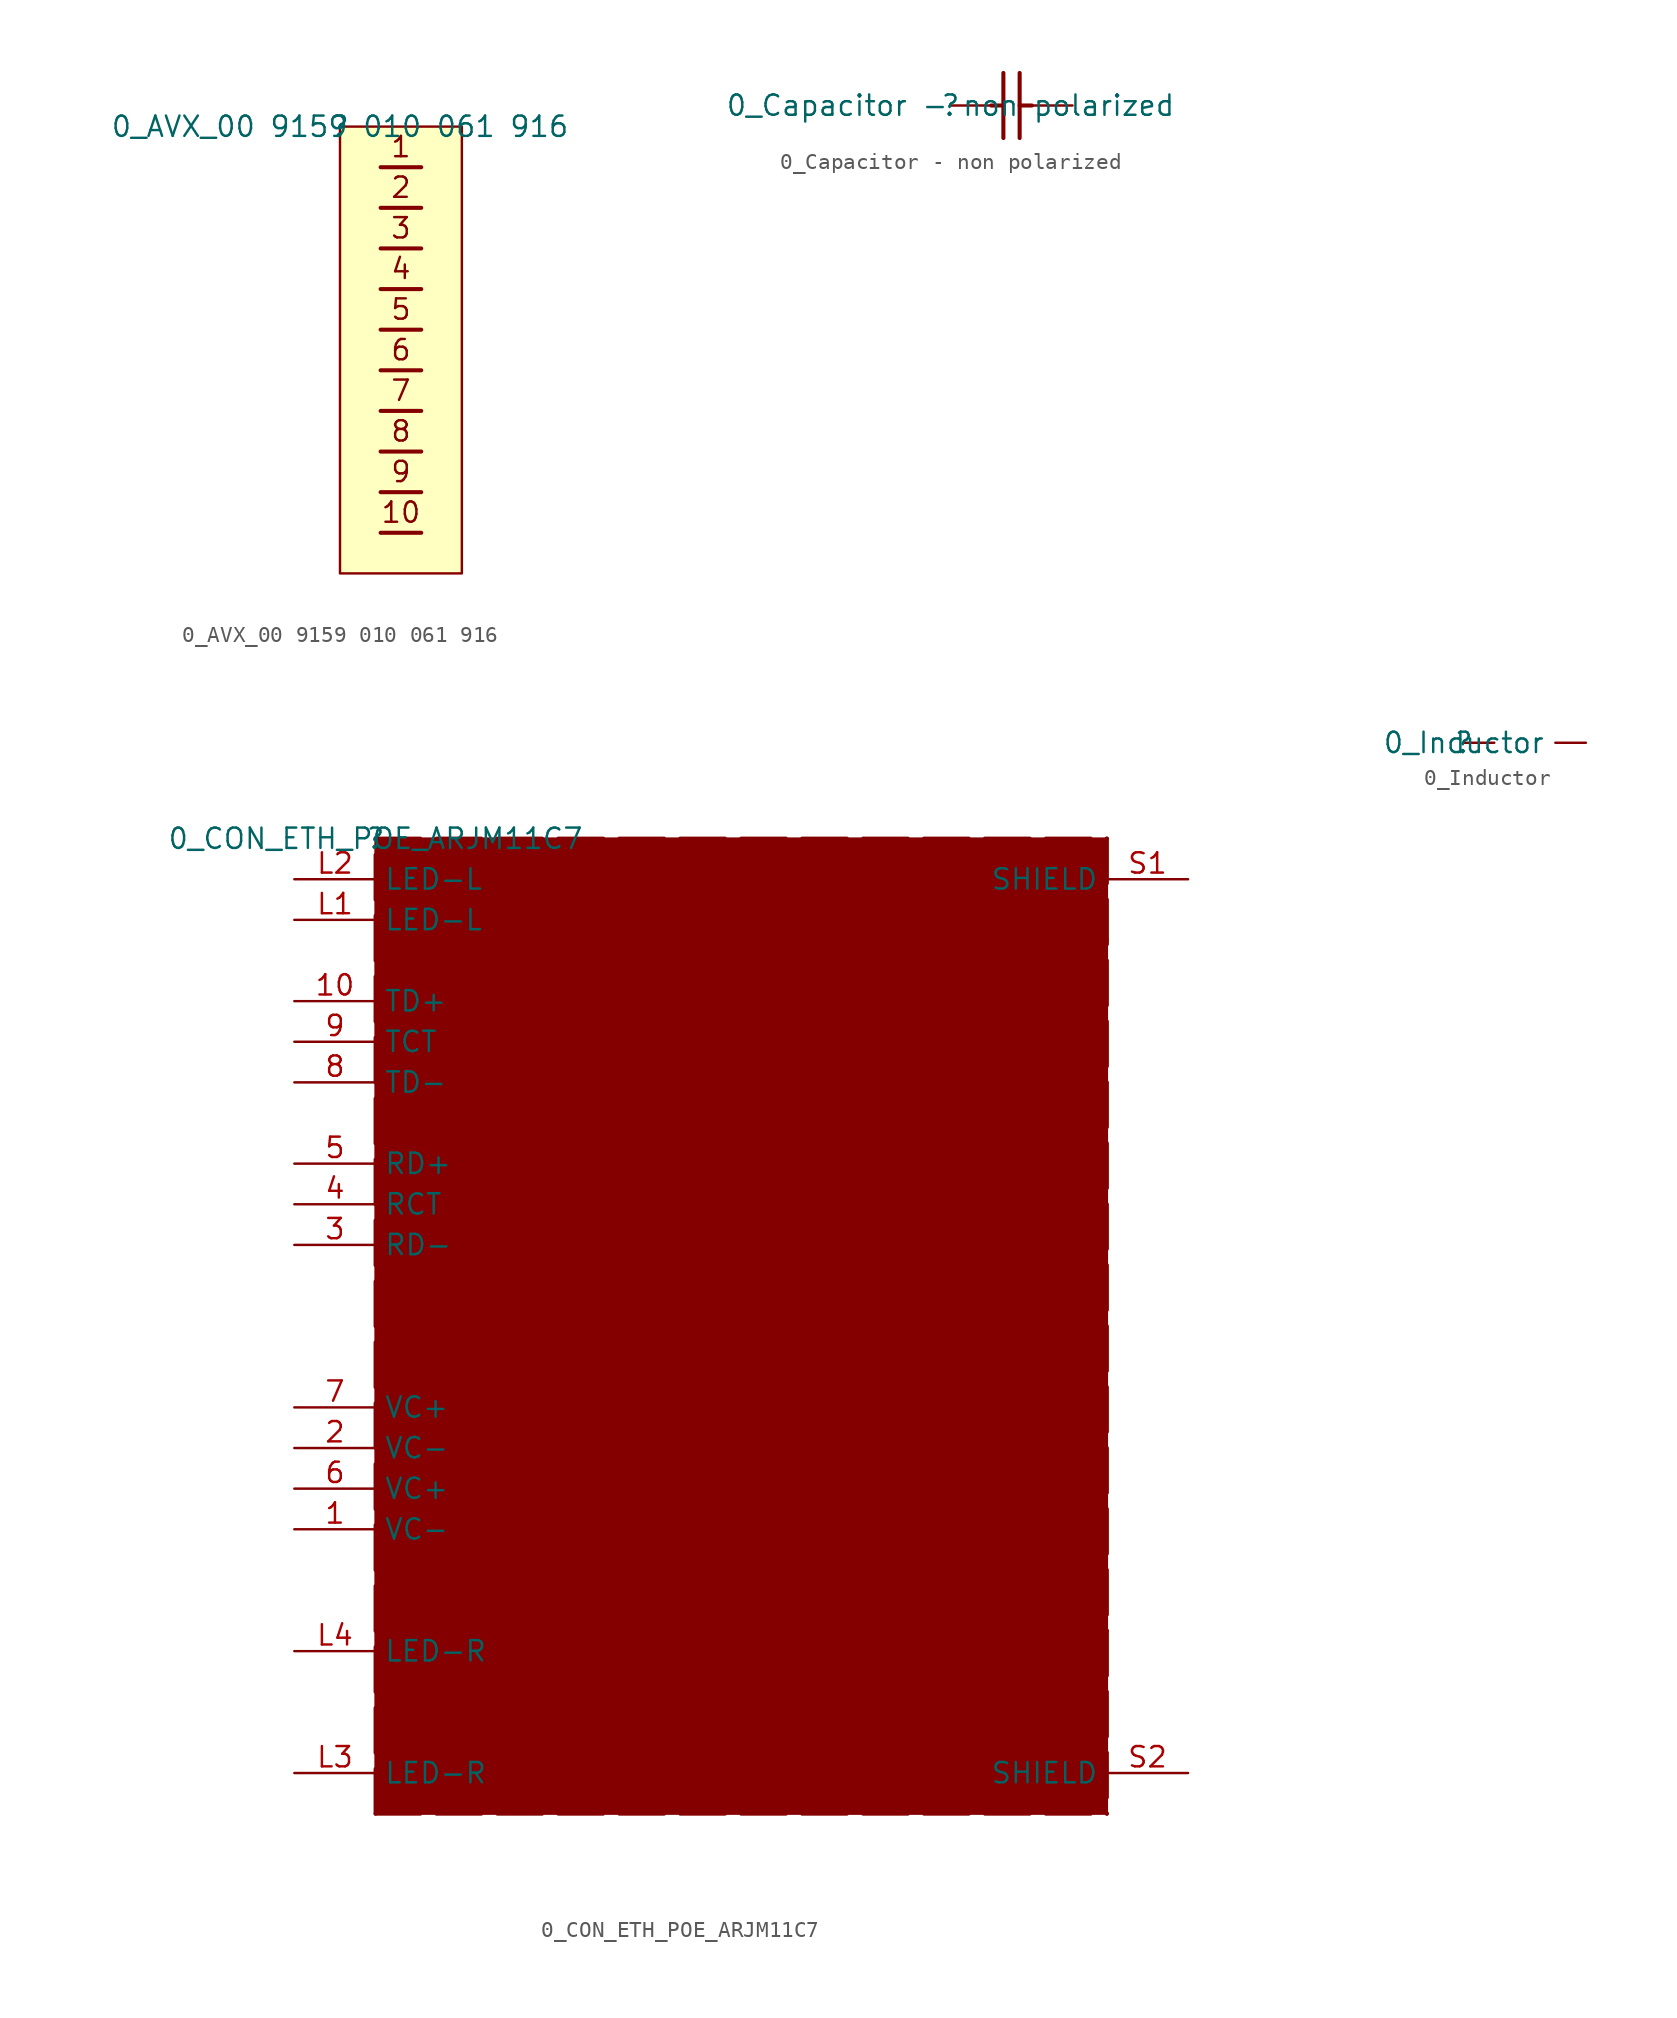
<source format=kicad_sym>
(kicad_symbol_lib
  (version 20220331)
  (generator kicad_symbol_editor)
  (symbol "0_AVX_00 9159 010 061 916"
    (property "Reference" ""
      (at 0 0 0)
      (effects (font (size 1.27 1.27))))
    (property "Value" "0_AVX_00 9159 010 061 916"
      (at 0 0 0)
      (effects (font (size 1.27 1.27))))
    (symbol "0_AVX_00 9159 010 061 916_1_0"
      (polyline (pts (xy 5.08 -25.4) (xy 2.54 -25.4)) (stroke (width 0.254) (type solid)) (fill (type none)))
      (polyline (pts (xy 5.08 -22.86) (xy 2.54 -22.86)) (stroke (width 0.254) (type solid)) (fill (type none)))
      (polyline (pts (xy 5.08 -20.32) (xy 2.54 -20.32)) (stroke (width 0.254) (type solid)) (fill (type none)))
      (polyline (pts (xy 5.08 -17.78) (xy 2.54 -17.78)) (stroke (width 0.254) (type solid)) (fill (type none)))
      (polyline (pts (xy 5.08 -15.24) (xy 2.54 -15.24)) (stroke (width 0.254) (type solid)) (fill (type none)))
      (polyline (pts (xy 5.08 -12.7) (xy 2.54 -12.7)) (stroke (width 0.254) (type solid)) (fill (type none)))
      (polyline (pts (xy 5.08 -10.16) (xy 2.54 -10.16)) (stroke (width 0.254) (type solid)) (fill (type none)))
      (polyline (pts (xy 5.08 -7.62) (xy 2.54 -7.62)) (stroke (width 0.254) (type solid)) (fill (type none)))
      (polyline (pts (xy 5.08 -5.08) (xy 2.54 -5.08)) (stroke (width 0.254) (type solid)) (fill (type none)))
      (polyline (pts (xy 5.08 -2.54) (xy 2.54 -2.54)) (stroke (width 0.254) (type solid)) (fill (type none)))
      (rectangle (start 7.62 0) (end 0 -27.94) (stroke (width 0) (type solid)) (fill (type background)))
      (text "1" (at 3.81 -1.27 0) (effects (font (size 1.27 1.27))))
      (text "10" (at 3.81 -24.13 0) (effects (font (size 1.27 1.27))))
      (text "2" (at 3.81 -3.81 0) (effects (font (size 1.27 1.27))))
      (text "3" (at 3.81 -6.35 0) (effects (font (size 1.27 1.27))))
      (text "4" (at 3.81 -8.89 0) (effects (font (size 1.27 1.27))))
      (text "5" (at 3.81 -11.43 0) (effects (font (size 1.27 1.27))))
      (text "6" (at 3.81 -13.97 0) (effects (font (size 1.27 1.27))))
      (text "7" (at 3.81 -16.51 0) (effects (font (size 1.27 1.27))))
      (text "8" (at 3.81 -19.05 0) (effects (font (size 1.27 1.27))))
      (text "9" (at 3.81 -21.59 0) (effects (font (size 1.27 1.27))))))
  (symbol "0_Capacitor - non polarized"
    (property "Reference" ""
      (at 0 0 0)
      (effects (font (size 1.27 1.27))))
    (property "Value" "0_Capacitor - non polarized"
      (at 0 0 0)
      (effects (font (size 1.27 1.27))))
    (symbol "0_Capacitor - non polarized_1_0"
      (polyline (pts (xy 2.54 0) (xy 3.302 0)) (stroke (width 0.254) (type solid)) (fill (type none)))
      (polyline (pts (xy 3.302 -2.032) (xy 3.302 2.032)) (stroke (width 0.254) (type solid)) (fill (type none)))
      (polyline (pts (xy 4.318 2.032) (xy 4.318 -2.032)) (stroke (width 0.254) (type solid)) (fill (type none)))
      (polyline (pts (xy 5.08 0) (xy 4.318 0)) (stroke (width 0.254) (type solid)) (fill (type none)))
      (pin passive line (at 0 0 0) (length 2.54) (name "1" (effects (font (size 0 0)))) (number "1" (effects (font (size 0 0)))))
      (pin passive line (at 7.62 0 180) (length 2.54) (name "2" (effects (font (size 0 0)))) (number "2" (effects (font (size 0 0)))))))
  (symbol "0_CON_ETH_POE_ARJM11C7"
    (property "Reference" ""
      (at 0 0 0)
      (effects (font (size 1.27 1.27))))
    (property "Value" "0_CON_ETH_POE_ARJM11C7"
      (at 0 0 0)
      (effects (font (size 1.27 1.27))))
    (symbol "0_CON_ETH_POE_ARJM11C7_1_0"
      (polyline (pts (xy 0 -60.96) (xy 0 0)) (stroke (width 0.254) (type dash)) (fill (type none)))
      (polyline (pts (xy 0 -60.96) (xy 45.72 -60.96)) (stroke (width 0.254) (type dash)) (fill (type none)))
      (polyline (pts (xy 0 0) (xy 45.72 0)) (stroke (width 0.254) (type dash)) (fill (type none)))
      (polyline (pts (xy 8.382 -55.372) (xy 7.112 -54.102)) (stroke (width 0.254) (type solid)) (fill (type none)))
      (polyline (pts (xy 8.382 -53.848) (xy 7.112 -52.578)) (stroke (width 0.254) (type solid)) (fill (type none)))
      (polyline (pts (xy 8.636 -58.42) (xy 10.668 -58.42)) (stroke (width 0.254) (type solid)) (fill (type none)))
      (polyline (pts (xy 8.636 -50.8) (xy 10.668 -50.8)) (stroke (width 0.254) (type solid)) (fill (type none)))
      (polyline (pts (xy 9.144 -53.848) (xy 12.192 -53.848)) (stroke (width 0.254) (type solid)) (fill (type none)))
      (polyline (pts (xy 9.906 -5.334) (xy 8.636 -4.064)) (stroke (width 0.254) (type solid)) (fill (type none)))
      (polyline (pts (xy 10.16 -25.4) (xy 11.43 -25.4)) (stroke (width 0.254) (type solid)) (fill (type none)))
      (polyline (pts (xy 10.16 -22.86) (xy 20.32 -22.86)) (stroke (width 0.254) (type solid)) (fill (type none)))
      (polyline (pts (xy 10.16 -20.32) (xy 11.43 -20.32)) (stroke (width 0.254) (type solid)) (fill (type none)))
      (polyline (pts (xy 10.16 -15.24) (xy 11.43 -15.24)) (stroke (width 0.254) (type solid)) (fill (type none)))
      (polyline (pts (xy 10.16 -12.7) (xy 20.32 -12.7)) (stroke (width 0.254) (type solid)) (fill (type none)))
      (polyline (pts (xy 10.16 -10.16) (xy 11.43 -10.16)) (stroke (width 0.254) (type solid)) (fill (type none)))
      (polyline (pts (xy 10.16 -4.064) (xy 8.89 -2.794)) (stroke (width 0.254) (type solid)) (fill (type none)))
      (polyline (pts (xy 10.668 -56.896) (xy 10.668 -58.42)) (stroke (width 0.254) (type solid)) (fill (type none)))
      (polyline (pts (xy 10.668 -56.896) (xy 10.668 -52.324)) (stroke (width 0.254) (type solid)) (fill (type none)))
      (polyline (pts (xy 10.668 -50.8) (xy 10.668 -52.324)) (stroke (width 0.254) (type solid)) (fill (type none)))
      (polyline (pts (xy 11.176 -3.302) (xy 14.224 -3.302)) (stroke (width 0.254) (type solid)) (fill (type none)))
      (polyline (pts (xy 11.303 -24.257) (xy 16.637 -24.257)) (stroke (width 0) (type solid)) (fill (type none)))
      (polyline (pts (xy 11.303 -24.003) (xy 16.637 -24.003)) (stroke (width 0) (type solid)) (fill (type none)))
      (polyline (pts (xy 11.303 -21.717) (xy 16.637 -21.717)) (stroke (width 0) (type solid)) (fill (type none)))
      (polyline (pts (xy 11.303 -21.463) (xy 16.637 -21.463)) (stroke (width 0) (type solid)) (fill (type none)))
      (polyline (pts (xy 11.303 -14.097) (xy 16.637 -14.097)) (stroke (width 0) (type solid)) (fill (type none)))
      (polyline (pts (xy 11.303 -13.843) (xy 16.637 -13.843)) (stroke (width 0) (type solid)) (fill (type none)))
      (polyline (pts (xy 11.303 -11.557) (xy 16.637 -11.557)) (stroke (width 0) (type solid)) (fill (type none)))
      (polyline (pts (xy 11.303 -11.303) (xy 16.637 -11.303)) (stroke (width 0) (type solid)) (fill (type none)))
      (polyline (pts (xy 12.7 -5.842) (xy 8.89 -5.842)) (stroke (width 0.254) (type solid)) (fill (type none)))
      (polyline (pts (xy 12.7 -5.842) (xy 12.7 -2.032)) (stroke (width 0.254) (type solid)) (fill (type none)))
      (polyline (pts (xy 12.7 -2.032) (xy 8.89 -2.032)) (stroke (width 0.254) (type solid)) (fill (type none)))
      (polyline (pts (xy 16.256 -43.18) (xy 22.86 -43.18)) (stroke (width 0.254) (type solid)) (fill (type none)))
      (polyline (pts (xy 16.51 -43.18) (xy 10.16 -43.18)) (stroke (width 0.254) (type solid)) (fill (type none)))
      (polyline (pts (xy 16.51 -25.4) (xy 20.32 -25.4)) (stroke (width 0.254) (type solid)) (fill (type none)))
      (polyline (pts (xy 16.51 -20.32) (xy 20.32 -20.32)) (stroke (width 0.254) (type solid)) (fill (type none)))
      (polyline (pts (xy 16.51 -15.24) (xy 20.32 -15.24)) (stroke (width 0.254) (type solid)) (fill (type none)))
      (polyline (pts (xy 16.51 -10.16) (xy 20.32 -10.16)) (stroke (width 0.254) (type solid)) (fill (type none)))
      (polyline (pts (xy 17.526 -40.64) (xy 10.16 -40.64)) (stroke (width 0.254) (type solid)) (fill (type none)))
      (polyline (pts (xy 17.526 -33.02) (xy 17.526 -40.64)) (stroke (width 0.254) (type solid)) (fill (type none)))
      (polyline (pts (xy 17.526 -33.02) (xy 22.86 -33.02)) (stroke (width 0.254) (type solid)) (fill (type none)))
      (polyline (pts (xy 18.542 -48.26) (xy 18.542 -38.1)) (stroke (width 0.254) (type solid)) (fill (type none)))
      (polyline (pts (xy 18.542 -48.26) (xy 27.432 -48.26)) (stroke (width 0.254) (type solid)) (fill (type none)))
      (polyline (pts (xy 18.542 -38.1) (xy 10.16 -38.1)) (stroke (width 0.254) (type solid)) (fill (type none)))
      (polyline (pts (xy 19.558 -47.244) (xy 19.558 -35.56)) (stroke (width 0.254) (type solid)) (fill (type none)))
      (polyline (pts (xy 19.558 -47.244) (xy 28.956 -47.244)) (stroke (width 0.254) (type solid)) (fill (type none)))
      (polyline (pts (xy 19.558 -35.56) (xy 10.16 -35.56)) (stroke (width 0.254) (type solid)) (fill (type none)))
      (polyline (pts (xy 21.463 -25.527) (xy 21.463 -20.193)) (stroke (width 0) (type solid)) (fill (type none)))
      (polyline (pts (xy 21.463 -15.367) (xy 21.463 -10.033)) (stroke (width 0) (type solid)) (fill (type none)))
      (polyline (pts (xy 21.717 -25.527) (xy 21.717 -20.193)) (stroke (width 0) (type solid)) (fill (type none)))
      (polyline (pts (xy 21.717 -15.367) (xy 21.717 -10.033)) (stroke (width 0) (type solid)) (fill (type none)))
      (polyline (pts (xy 22.86 -45.72) (xy 38.862 -45.72)) (stroke (width 0.254) (type solid)) (fill (type none)))
      (polyline (pts (xy 22.86 -40.64) (xy 22.86 -45.72)) (stroke (width 0.254) (type solid)) (fill (type none)))
      (polyline (pts (xy 22.86 -40.64) (xy 38.862 -40.64)) (stroke (width 0.254) (type solid)) (fill (type none)))
      (polyline (pts (xy 22.86 -35.56) (xy 38.862 -35.56)) (stroke (width 0.254) (type solid)) (fill (type none)))
      (polyline (pts (xy 22.86 -30.48) (xy 22.86 -35.56)) (stroke (width 0.254) (type solid)) (fill (type none)))
      (polyline (pts (xy 22.86 -30.48) (xy 38.862 -30.48)) (stroke (width 0.254) (type solid)) (fill (type none)))
      (polyline (pts (xy 22.86 -25.4) (xy 38.862 -25.4)) (stroke (width 0.254) (type solid)) (fill (type none)))
      (polyline (pts (xy 22.86 -20.32) (xy 38.862 -20.32)) (stroke (width 0.254) (type solid)) (fill (type none)))
      (polyline (pts (xy 22.86 -15.24) (xy 38.862 -15.24)) (stroke (width 0.254) (type solid)) (fill (type none)))
      (polyline (pts (xy 22.86 -12.7) (xy 28.956 -12.7)) (stroke (width 0.254) (type solid)) (fill (type none)))
      (polyline (pts (xy 22.86 -10.16) (xy 38.862 -10.16)) (stroke (width 0.254) (type solid)) (fill (type none)))
      (polyline (pts (xy 27.432 -58.42) (xy 27.432 -56.896)) (stroke (width 0.254) (type solid)) (fill (type none)))
      (polyline (pts (xy 27.432 -58.42) (xy 32.004 -58.42)) (stroke (width 0.254) (type solid)) (fill (type none)))
      (polyline (pts (xy 27.432 -54.61) (xy 27.432 -53.34)) (stroke (width 0.254) (type solid)) (fill (type none)))
      (polyline (pts (xy 27.432 -22.86) (xy 22.86 -22.86)) (stroke (width 0.254) (type solid)) (fill (type none)))
      (polyline (pts (xy 27.432 -22.86) (xy 27.432 -52.832)) (stroke (width 0.254) (type solid)) (fill (type none)))
      (polyline (pts (xy 27.94 -53.34) (xy 26.924 -53.34)) (stroke (width 0.254) (type solid)) (fill (type none)))
      (polyline (pts (xy 27.94 -52.832) (xy 26.924 -52.832)) (stroke (width 0.254) (type solid)) (fill (type none)))
      (polyline (pts (xy 28.956 -54.61) (xy 28.956 -53.34)) (stroke (width 0.254) (type solid)) (fill (type none)))
      (polyline (pts (xy 28.956 -12.7) (xy 28.956 -52.832)) (stroke (width 0.254) (type solid)) (fill (type none)))
      (polyline (pts (xy 29.464 -53.34) (xy 28.448 -53.34)) (stroke (width 0.254) (type solid)) (fill (type none)))
      (polyline (pts (xy 29.464 -52.832) (xy 28.448 -52.832)) (stroke (width 0.254) (type solid)) (fill (type none)))
      (polyline (pts (xy 32.004 -58.42) (xy 35.306 -58.42)) (stroke (width 0.254) (type solid)) (fill (type none)))
      (polyline (pts (xy 38.1 -41.402) (xy 38.1 -44.958)) (stroke (width 0.254) (type solid)) (fill (type none)))
      (polyline (pts (xy 38.1 -36.322) (xy 38.1 -39.878)) (stroke (width 0.254) (type solid)) (fill (type none)))
      (polyline (pts (xy 38.1 -30.988) (xy 38.1 -34.544)) (stroke (width 0.254) (type solid)) (fill (type none)))
      (polyline (pts (xy 38.1 -26.162) (xy 38.1 -29.718)) (stroke (width 0.254) (type solid)) (fill (type none)))
      (polyline (pts (xy 38.1 -21.082) (xy 38.1 -24.638)) (stroke (width 0.254) (type solid)) (fill (type none)))
      (polyline (pts (xy 38.1 -16.002) (xy 38.1 -19.558)) (stroke (width 0.254) (type solid)) (fill (type none)))
      (polyline (pts (xy 38.1 -10.922) (xy 38.1 -14.478)) (stroke (width 0.254) (type solid)) (fill (type none)))
      (polyline (pts (xy 38.1 -8.89) (xy 38.1 -46.99)) (stroke (width 0.254) (type solid)) (fill (type none)))
      (polyline (pts (xy 45.72 0) (xy 45.72 -60.96)) (stroke (width 0.254) (type dash)) (fill (type none)))
      (polyline (pts (xy 27.94 -58.42) (xy 28.956 -58.42) (xy 28.956 -56.896)) (stroke (width 0.254) (type solid)) (fill (type none)))
      (polyline (pts (xy 7.112 -54.102) (xy 7.366 -54.864) (xy 7.874 -54.356) (xy 7.112 -54.102)) (stroke (width 0.254) (type solid)) (fill (type outline)))
      (polyline (pts (xy 7.112 -52.578) (xy 7.366 -53.34) (xy 7.874 -52.832) (xy 7.112 -52.578)) (stroke (width 0.254) (type solid)) (fill (type outline)))
      (polyline (pts (xy 8.636 -4.064) (xy 8.89 -4.826) (xy 9.398 -4.318) (xy 8.636 -4.064)) (stroke (width 0.254) (type solid)) (fill (type outline)))
      (polyline (pts (xy 8.89 -2.794) (xy 9.144 -3.556) (xy 9.652 -3.048) (xy 8.89 -2.794)) (stroke (width 0.254) (type solid)) (fill (type outline)))
      (polyline (pts (xy 12.192 -55.372) (xy 10.668 -53.848) (xy 9.144 -55.372) (xy 12.192 -55.372)) (stroke (width 0.254) (type solid)) (fill (type outline)))
      (polyline (pts (xy 14.224 -4.826) (xy 12.7 -3.302) (xy 11.176 -4.826) (xy 14.224 -4.826)) (stroke (width 0.254) (type solid)) (fill (type outline)))
      (polyline (pts (xy 26.924 -56.896) (xy 27.94 -56.896) (xy 27.94 -54.61) (xy 26.924 -54.61) (xy 26.924 -56.896)) (stroke (width 0.254) (type solid)) (fill (type none)))
      (polyline (pts (xy 28.448 -56.896) (xy 29.464 -56.896) (xy 29.464 -54.61) (xy 28.448 -54.61) (xy 28.448 -56.896)) (stroke (width 0.254) (type solid)) (fill (type none)))
      (polyline (pts (xy 38.1 -46.99) (xy 39.37 -46.99) (xy 39.37 -48.26) (xy 40.64 -48.26) (xy 40.64 -49.53) (xy 45.72 -49.53)) (stroke (width 0.254) (type solid)) (fill (type none)))
      (polyline (pts (xy 38.1 -8.89) (xy 39.37 -8.89) (xy 39.37 -7.62) (xy 40.64 -7.62) (xy 40.64 -6.35) (xy 45.72 -6.35)) (stroke (width 0.254) (type solid)) (fill (type none)))
      (rectangle (start 45.212 -45.339) (end 42.164 -46.101) (stroke (width 0) (type solid)) (fill (type outline)))
      (rectangle (start 45.212 -40.259) (end 42.164 -41.021) (stroke (width 0) (type solid)) (fill (type outline)))
      (rectangle (start 45.212 -35.179) (end 42.164 -35.941) (stroke (width 0) (type solid)) (fill (type outline)))
      (rectangle (start 45.212 -30.099) (end 42.164 -30.861) (stroke (width 0) (type solid)) (fill (type outline)))
      (rectangle (start 45.212 -25.019) (end 42.164 -25.781) (stroke (width 0) (type solid)) (fill (type outline)))
      (rectangle (start 45.212 -19.939) (end 42.164 -20.701) (stroke (width 0) (type solid)) (fill (type outline)))
      (rectangle (start 45.212 -14.859) (end 42.164 -15.621) (stroke (width 0) (type solid)) (fill (type outline)))
      (rectangle (start 45.212 -9.779) (end 42.164 -10.541) (stroke (width 0) (type solid)) (fill (type outline)))
      (rectangle (start 45.72 0) (end 0 -60.96) (stroke (width 0) (type solid)) (fill (type outline)))
      (text "1" (at 39.37 -10.16 0) (effects (font (size 1.27 1.27)) (justify left)))
      (text "2" (at 39.37 -15.24 0) (effects (font (size 1.27 1.27)) (justify left)))
      (text "2x1000pF/2kV" (at 35.306 -55.372 0) (effects (font (size 1.016 1.016))))
      (text "2x75 Ohms" (at 35.306 -53.594 0) (effects (font (size 1.016 1.016))))
      (text "3" (at 39.37 -20.32 0) (effects (font (size 1.27 1.27)) (justify left)))
      (text "4" (at 39.37 -30.48 0) (effects (font (size 1.27 1.27)) (justify left)))
      (text "5" (at 39.37 -35.56 0) (effects (font (size 1.27 1.27)) (justify left)))
      (text "6" (at 39.37 -25.4 0) (effects (font (size 1.27 1.27)) (justify left)))
      (text "7" (at 39.37 -40.64 0) (effects (font (size 1.27 1.27)) (justify left)))
      (text "8" (at 39.37 -45.72 0) (effects (font (size 1.27 1.27)) (justify left)))
      (text "Green" (at 13.462 -54.864 900) (effects (font (size 1.016 1.016))))
      (text "TRP1+" (at 30.48 -8.89 0) (effects (font (size 1.27 1.27)) (justify left)))
      (text "TRP1-" (at 30.48 -13.97 0) (effects (font (size 1.27 1.27)) (justify left)))
      (text "TRP2+" (at 30.48 -19.05 0) (effects (font (size 1.27 1.27)) (justify left)))
      (text "TRP2-" (at 30.48 -24.13 0) (effects (font (size 1.27 1.27)) (justify left)))
      (text "Yellow" (at 15.24 -4.064 900) (effects (font (size 1.016 1.016))))
      (pin passive line (at -5.08 -43.18 0) (length 5.08) (name "VC-" (effects (font (size 1.27 1.27)))) (number "1" (effects (font (size 1.27 1.27)))))
      (pin bidirectional line (at -5.08 -10.16 0) (length 5.08) (name "TD+" (effects (font (size 1.27 1.27)))) (number "10" (effects (font (size 1.27 1.27)))))
      (pin passive line (at -5.08 -38.1 0) (length 5.08) (name "VC-" (effects (font (size 1.27 1.27)))) (number "2" (effects (font (size 1.27 1.27)))))
      (pin bidirectional line (at -5.08 -25.4 0) (length 5.08) (name "RD-" (effects (font (size 1.27 1.27)))) (number "3" (effects (font (size 1.27 1.27)))))
      (pin bidirectional line (at -5.08 -22.86 0) (length 5.08) (name "RCT" (effects (font (size 1.27 1.27)))) (number "4" (effects (font (size 1.27 1.27)))))
      (pin bidirectional line (at -5.08 -20.32 0) (length 5.08) (name "RD+" (effects (font (size 1.27 1.27)))) (number "5" (effects (font (size 1.27 1.27)))))
      (pin passive line (at -5.08 -40.64 0) (length 5.08) (name "VC+" (effects (font (size 1.27 1.27)))) (number "6" (effects (font (size 1.27 1.27)))))
      (pin passive line (at -5.08 -35.56 0) (length 5.08) (name "VC+" (effects (font (size 1.27 1.27)))) (number "7" (effects (font (size 1.27 1.27)))))
      (pin bidirectional line (at -5.08 -15.24 0) (length 5.08) (name "TD-" (effects (font (size 1.27 1.27)))) (number "8" (effects (font (size 1.27 1.27)))))
      (pin bidirectional line (at -5.08 -12.7 0) (length 5.08) (name "TCT" (effects (font (size 1.27 1.27)))) (number "9" (effects (font (size 1.27 1.27)))))
      (pin passive line (at -5.08 -5.08 0) (length 5.08) (name "LED-L" (effects (font (size 1.27 1.27)))) (number "L1" (effects (font (size 1.27 1.27)))))
      (pin passive line (at -5.08 -2.54 0) (length 5.08) (name "LED-L" (effects (font (size 1.27 1.27)))) (number "L2" (effects (font (size 1.27 1.27)))))
      (pin passive line (at -5.08 -58.42 0) (length 5.08) (name "LED-R" (effects (font (size 1.27 1.27)))) (number "L3" (effects (font (size 1.27 1.27)))))
      (pin passive line (at -5.08 -50.8 0) (length 5.08) (name "LED-R" (effects (font (size 1.27 1.27)))) (number "L4" (effects (font (size 1.27 1.27)))))
      (pin power_in line (at 50.8 -2.54 180) (length 5.08) (name "SHIELD" (effects (font (size 1.27 1.27)))) (number "S1" (effects (font (size 1.27 1.27)))))
      (pin power_in line (at 50.8 -58.42 180) (length 5.08) (name "SHIELD" (effects (font (size 1.27 1.27)))) (number "S2" (effects (font (size 1.27 1.27)))))))
  (symbol "0_Inductor"
    (property "Reference" ""
      (at 0 0 0)
      (effects (font (size 1.27 1.27))))
    (property "Value" "0_Inductor"
      (at 0 0 0)
      (effects (font (size 1.27 1.27))))
    (symbol "0_Inductor_1_0"
      (pin passive line (at 0 0 0) (length 1.905) (name "1" (effects (font (size 0 0)))) (number "1" (effects (font (size 0 0)))))
      (pin passive line (at 7.62 0 180) (length 1.905) (name "2" (effects (font (size 0 0)))) (number "2" (effects (font (size 0 0))))))))
</source>
